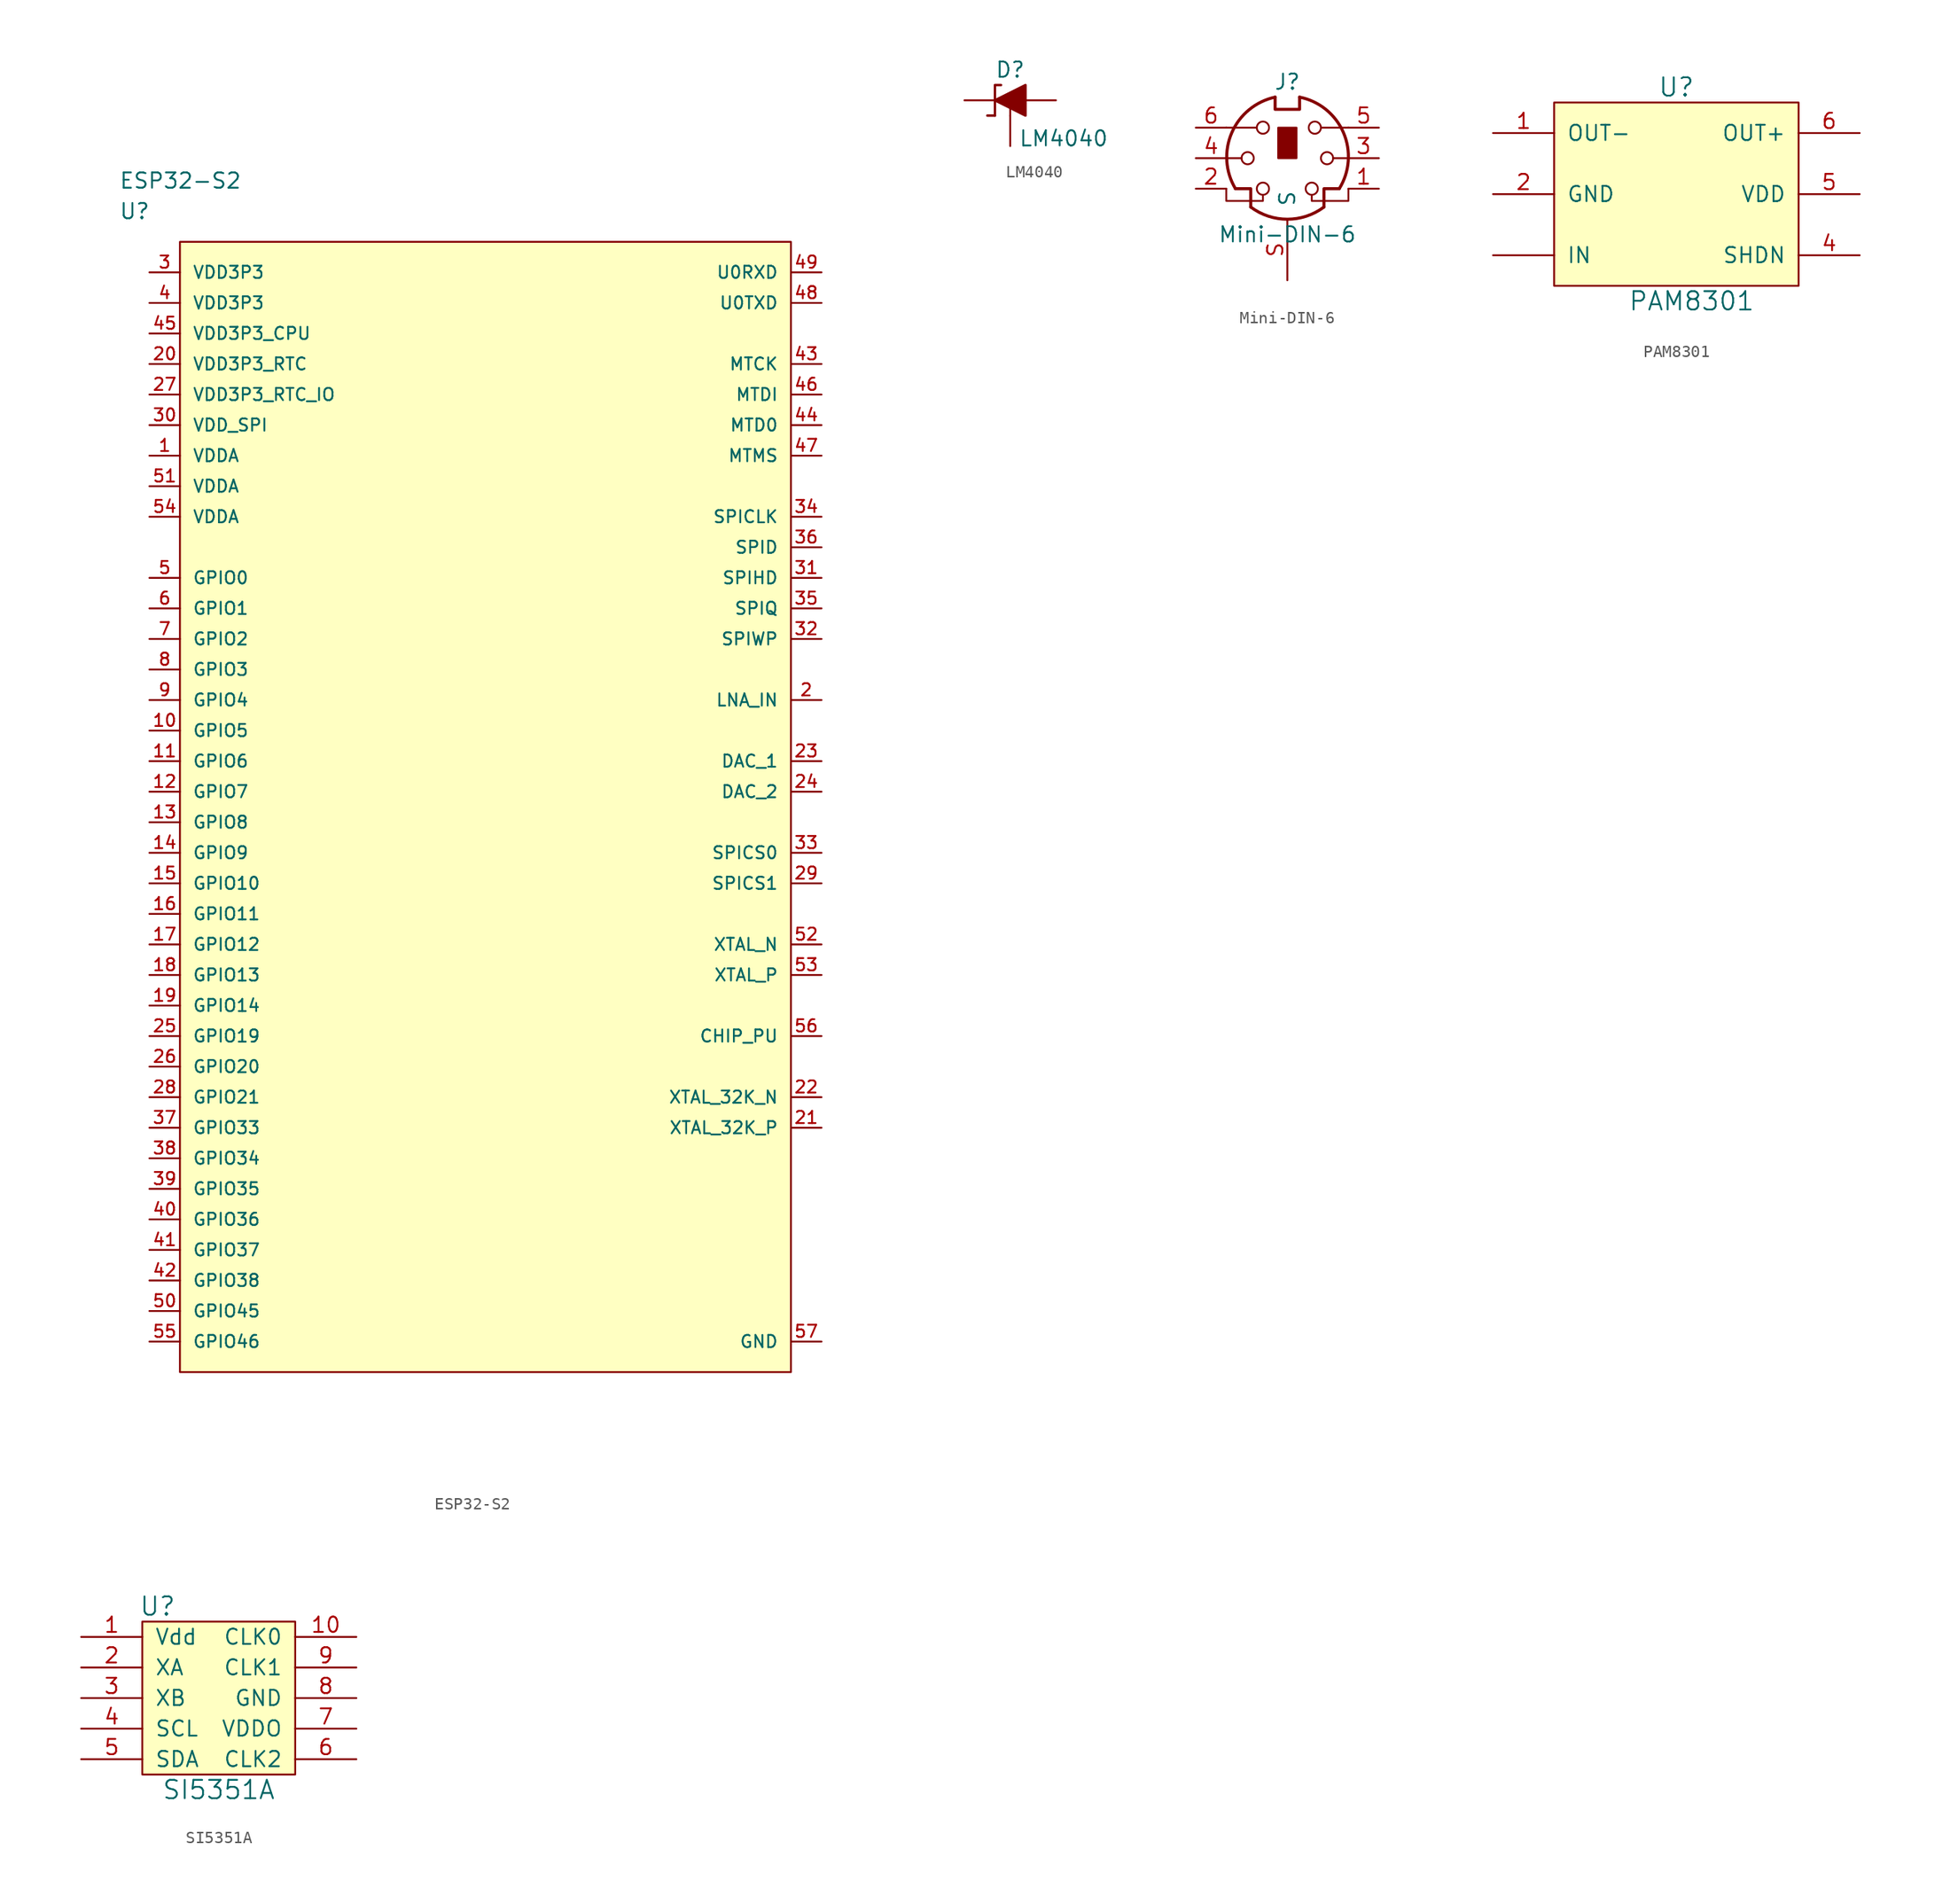
<source format=kicad_sym>
(kicad_symbol_lib
  (version 20211014)
  (generator kicad_symbol_editor)
  (symbol "ESP32-S2"
    (pin_names
      (offset 1.016))
    (property "Reference" "U"
      (at 0 5.08 0)
      (effects (font (size 1.27 1.27)) (justify left)))
    (property "Value" "ESP32-S2"
      (at 0 7.62 0)
      (effects (font (size 1.27 1.27)) (justify left)))
    (property "ki_locked" ""
      (at 0 0 0)
      (effects (font (size 1.27 1.27))))
    (symbol "ESP32-S2_1_1"
      (rectangle (start 5.08 2.54) (end 55.88 -91.44) (stroke (width 0) (type default) (color 0 0 0 0)) (fill (type background)))
      (pin power_in line (at 2.54 -15.24 0) (length 2.54) (name "VDDA" (effects (font (size 1.016 1.016)))) (number "1" (effects (font (size 1.016 1.016)))))
      (pin bidirectional line (at 2.54 -38.1 0) (length 2.54) (name "GPIO5" (effects (font (size 1.016 1.016)))) (number "10" (effects (font (size 1.016 1.016)))))
      (pin bidirectional line (at 2.54 -40.64 0) (length 2.54) (name "GPIO6" (effects (font (size 1.016 1.016)))) (number "11" (effects (font (size 1.016 1.016)))))
      (pin bidirectional line (at 2.54 -43.18 0) (length 2.54) (name "GPIO7" (effects (font (size 1.016 1.016)))) (number "12" (effects (font (size 1.016 1.016)))))
      (pin bidirectional line (at 2.54 -45.72 0) (length 2.54) (name "GPIO8" (effects (font (size 1.016 1.016)))) (number "13" (effects (font (size 1.016 1.016)))))
      (pin bidirectional line (at 2.54 -48.26 0) (length 2.54) (name "GPIO9" (effects (font (size 1.016 1.016)))) (number "14" (effects (font (size 1.016 1.016)))))
      (pin bidirectional line (at 2.54 -50.8 0) (length 2.54) (name "GPIO10" (effects (font (size 1.016 1.016)))) (number "15" (effects (font (size 1.016 1.016)))))
      (pin bidirectional line (at 2.54 -53.34 0) (length 2.54) (name "GPIO11" (effects (font (size 1.016 1.016)))) (number "16" (effects (font (size 1.016 1.016)))))
      (pin bidirectional line (at 2.54 -55.88 0) (length 2.54) (name "GPIO12" (effects (font (size 1.016 1.016)))) (number "17" (effects (font (size 1.016 1.016)))))
      (pin bidirectional line (at 2.54 -58.42 0) (length 2.54) (name "GPIO13" (effects (font (size 1.016 1.016)))) (number "18" (effects (font (size 1.016 1.016)))))
      (pin bidirectional line (at 2.54 -60.96 0) (length 2.54) (name "GPIO14" (effects (font (size 1.016 1.016)))) (number "19" (effects (font (size 1.016 1.016)))))
      (pin bidirectional line (at 58.42 -35.56 180) (length 2.54) (name "LNA_IN" (effects (font (size 1.016 1.016)))) (number "2" (effects (font (size 1.016 1.016)))))
      (pin power_in line (at 2.54 -7.62 0) (length 2.54) (name "VDD3P3_RTC" (effects (font (size 1.016 1.016)))) (number "20" (effects (font (size 1.016 1.016)))))
      (pin bidirectional line (at 58.42 -71.12 180) (length 2.54) (name "XTAL_32K_P" (effects (font (size 1.016 1.016)))) (number "21" (effects (font (size 1.016 1.016)))))
      (pin bidirectional line (at 58.42 -68.58 180) (length 2.54) (name "XTAL_32K_N" (effects (font (size 1.016 1.016)))) (number "22" (effects (font (size 1.016 1.016)))))
      (pin passive line (at 58.42 -40.64 180) (length 2.54) (name "DAC_1" (effects (font (size 1.016 1.016)))) (number "23" (effects (font (size 1.016 1.016)))))
      (pin passive line (at 58.42 -43.18 180) (length 2.54) (name "DAC_2" (effects (font (size 1.016 1.016)))) (number "24" (effects (font (size 1.016 1.016)))))
      (pin bidirectional line (at 2.54 -63.5 0) (length 2.54) (name "GPIO19" (effects (font (size 1.016 1.016)))) (number "25" (effects (font (size 1.016 1.016)))))
      (pin bidirectional line (at 2.54 -66.04 0) (length 2.54) (name "GPIO20" (effects (font (size 1.016 1.016)))) (number "26" (effects (font (size 1.016 1.016)))))
      (pin power_in line (at 2.54 -10.16 0) (length 2.54) (name "VDD3P3_RTC_IO" (effects (font (size 1.016 1.016)))) (number "27" (effects (font (size 1.016 1.016)))))
      (pin bidirectional line (at 2.54 -68.58 0) (length 2.54) (name "GPIO21" (effects (font (size 1.016 1.016)))) (number "28" (effects (font (size 1.016 1.016)))))
      (pin input line (at 58.42 -50.8 180) (length 2.54) (name "SPICS1" (effects (font (size 1.016 1.016)))) (number "29" (effects (font (size 1.016 1.016)))))
      (pin power_in line (at 2.54 0 0) (length 2.54) (name "VDD3P3" (effects (font (size 1.016 1.016)))) (number "3" (effects (font (size 1.016 1.016)))))
      (pin power_in line (at 2.54 -12.7 0) (length 2.54) (name "VDD_SPI" (effects (font (size 1.016 1.016)))) (number "30" (effects (font (size 1.016 1.016)))))
      (pin bidirectional line (at 58.42 -25.4 180) (length 2.54) (name "SPIHD" (effects (font (size 1.016 1.016)))) (number "31" (effects (font (size 1.016 1.016)))))
      (pin bidirectional line (at 58.42 -30.48 180) (length 2.54) (name "SPIWP" (effects (font (size 1.016 1.016)))) (number "32" (effects (font (size 1.016 1.016)))))
      (pin bidirectional line (at 58.42 -48.26 180) (length 2.54) (name "SPICS0" (effects (font (size 1.016 1.016)))) (number "33" (effects (font (size 1.016 1.016)))))
      (pin input line (at 58.42 -20.32 180) (length 2.54) (name "SPICLK" (effects (font (size 1.016 1.016)))) (number "34" (effects (font (size 1.016 1.016)))))
      (pin bidirectional line (at 58.42 -27.94 180) (length 2.54) (name "SPIQ" (effects (font (size 1.016 1.016)))) (number "35" (effects (font (size 1.016 1.016)))))
      (pin bidirectional line (at 58.42 -22.86 180) (length 2.54) (name "SPID" (effects (font (size 1.016 1.016)))) (number "36" (effects (font (size 1.016 1.016)))))
      (pin bidirectional line (at 2.54 -71.12 0) (length 2.54) (name "GPIO33" (effects (font (size 1.016 1.016)))) (number "37" (effects (font (size 1.016 1.016)))))
      (pin bidirectional line (at 2.54 -73.66 0) (length 2.54) (name "GPIO34" (effects (font (size 1.016 1.016)))) (number "38" (effects (font (size 1.016 1.016)))))
      (pin bidirectional line (at 2.54 -76.2 0) (length 2.54) (name "GPIO35" (effects (font (size 1.016 1.016)))) (number "39" (effects (font (size 1.016 1.016)))))
      (pin power_in line (at 2.54 -2.54 0) (length 2.54) (name "VDD3P3" (effects (font (size 1.016 1.016)))) (number "4" (effects (font (size 1.016 1.016)))))
      (pin bidirectional line (at 2.54 -78.74 0) (length 2.54) (name "GPIO36" (effects (font (size 1.016 1.016)))) (number "40" (effects (font (size 1.016 1.016)))))
      (pin bidirectional line (at 2.54 -81.28 0) (length 2.54) (name "GPIO37" (effects (font (size 1.016 1.016)))) (number "41" (effects (font (size 1.016 1.016)))))
      (pin bidirectional line (at 2.54 -83.82 0) (length 2.54) (name "GPIO38" (effects (font (size 1.016 1.016)))) (number "42" (effects (font (size 1.016 1.016)))))
      (pin input line (at 58.42 -7.62 180) (length 2.54) (name "MTCK" (effects (font (size 1.016 1.016)))) (number "43" (effects (font (size 1.016 1.016)))))
      (pin bidirectional line (at 58.42 -12.7 180) (length 2.54) (name "MTD0" (effects (font (size 1.016 1.016)))) (number "44" (effects (font (size 1.016 1.016)))))
      (pin power_in line (at 2.54 -5.08 0) (length 2.54) (name "VDD3P3_CPU" (effects (font (size 1.016 1.016)))) (number "45" (effects (font (size 1.016 1.016)))))
      (pin input line (at 58.42 -10.16 180) (length 2.54) (name "MTDI" (effects (font (size 1.016 1.016)))) (number "46" (effects (font (size 1.016 1.016)))))
      (pin input line (at 58.42 -15.24 180) (length 2.54) (name "MTMS" (effects (font (size 1.016 1.016)))) (number "47" (effects (font (size 1.016 1.016)))))
      (pin output line (at 58.42 -2.54 180) (length 2.54) (name "U0TXD" (effects (font (size 1.016 1.016)))) (number "48" (effects (font (size 1.016 1.016)))))
      (pin input line (at 58.42 0 180) (length 2.54) (name "U0RXD" (effects (font (size 1.016 1.016)))) (number "49" (effects (font (size 1.016 1.016)))))
      (pin bidirectional line (at 2.54 -25.4 0) (length 2.54) (name "GPIO0" (effects (font (size 1.016 1.016)))) (number "5" (effects (font (size 1.016 1.016)))))
      (pin bidirectional line (at 2.54 -86.36 0) (length 2.54) (name "GPIO45" (effects (font (size 1.016 1.016)))) (number "50" (effects (font (size 1.016 1.016)))))
      (pin power_in line (at 2.54 -17.78 0) (length 2.54) (name "VDDA" (effects (font (size 1.016 1.016)))) (number "51" (effects (font (size 1.016 1.016)))))
      (pin output line (at 58.42 -55.88 180) (length 2.54) (name "XTAL_N" (effects (font (size 1.016 1.016)))) (number "52" (effects (font (size 1.016 1.016)))))
      (pin input line (at 58.42 -58.42 180) (length 2.54) (name "XTAL_P" (effects (font (size 1.016 1.016)))) (number "53" (effects (font (size 1.016 1.016)))))
      (pin power_in line (at 2.54 -20.32 0) (length 2.54) (name "VDDA" (effects (font (size 1.016 1.016)))) (number "54" (effects (font (size 1.016 1.016)))))
      (pin bidirectional line (at 2.54 -88.9 0) (length 2.54) (name "GPIO46" (effects (font (size 1.016 1.016)))) (number "55" (effects (font (size 1.016 1.016)))))
      (pin input line (at 58.42 -63.5 180) (length 2.54) (name "CHIP_PU" (effects (font (size 1.016 1.016)))) (number "56" (effects (font (size 1.016 1.016)))))
      (pin power_in line (at 58.42 -88.9 180) (length 2.54) (name "GND" (effects (font (size 1.016 1.016)))) (number "57" (effects (font (size 1.016 1.016)))))
      (pin bidirectional line (at 2.54 -27.94 0) (length 2.54) (name "GPIO1" (effects (font (size 1.016 1.016)))) (number "6" (effects (font (size 1.016 1.016)))))
      (pin bidirectional line (at 2.54 -30.48 0) (length 2.54) (name "GPIO2" (effects (font (size 1.016 1.016)))) (number "7" (effects (font (size 1.016 1.016)))))
      (pin bidirectional line (at 2.54 -33.02 0) (length 2.54) (name "GPIO3" (effects (font (size 1.016 1.016)))) (number "8" (effects (font (size 1.016 1.016)))))
      (pin bidirectional line (at 2.54 -35.56 0) (length 2.54) (name "GPIO4" (effects (font (size 1.016 1.016)))) (number "9" (effects (font (size 1.016 1.016)))))))
  (symbol "LM4040"
    (pin_numbers hide)
    (pin_names
      (offset 1.016) hide)
    (property "Reference" "D"
      (at 0 2.54 0)
      (effects (font (size 1.27 1.27))))
    (property "Value" "LM4040"
      (at 4.445 -3.175 0)
      (effects (font (size 1.27 1.27))))
    (symbol "LM4040_0_1"
      (polyline (pts (xy -1.27 -1.27) (xy -1.905 -1.27)) (stroke (width 0.203) (type default) (color 0 0 0 0)) (fill (type none)))
      (polyline (pts (xy 0 -1.27) (xy 0 0)) (stroke (width 0) (type default) (color 0 0 0 0)) (fill (type none)))
      (polyline (pts (xy 1.27 0) (xy -1.27 0)) (stroke (width 0) (type default) (color 0 0 0 0)) (fill (type none)))
      (polyline (pts (xy -1.27 -1.27) (xy -1.27 1.27) (xy -0.762 1.27)) (stroke (width 0.203) (type default) (color 0 0 0 0)) (fill (type none)))
      (polyline (pts (xy 1.27 -1.27) (xy 1.27 1.27) (xy -1.27 0) (xy 1.27 -1.27)) (stroke (width 0.203) (type default) (color 0 0 0 0)) (fill (type outline))))
    (symbol "LM4040_1_1"
      (pin input line (at 0 -3.81 90) (length 2.515) (name "FB" (effects (font (size 1.27 1.27)))) (number "1" (effects (font (size 1.27 1.27)))))
      (pin passive line (at -3.81 0 0) (length 2.54) (name "K" (effects (font (size 1.27 1.27)))) (number "2" (effects (font (size 1.27 1.27)))))
      (pin passive line (at 3.81 0 180) (length 2.54) (name "A" (effects (font (size 1.27 1.27)))) (number "3" (effects (font (size 1.27 1.27)))))))
  (symbol "Mini-DIN-6"
    (pin_names
      (offset 1.016))
    (property "Reference" "J"
      (at 0 6.35 0)
      (effects (font (size 1.27 1.27))))
    (property "Value" "Mini-DIN-6"
      (at 0 -6.35 0)
      (effects (font (size 1.27 1.27))))
    (symbol "Mini-DIN-6_0_1"
      (circle (center -3.302 0) (radius 0.508) (stroke (width 0) (type default) (color 0 0 0 0)) (fill (type none)))
      (arc (start -3.048 -4.064) (mid 0 -5.08) (end 3.048 -4.064) (stroke (width 0.254) (type default) (color 0 0 0 0)) (fill (type none)))
      (circle (center -2.032 -2.54) (radius 0.508) (stroke (width 0) (type default) (color 0 0 0 0)) (fill (type none)))
      (circle (center -2.032 2.54) (radius 0.508) (stroke (width 0) (type default) (color 0 0 0 0)) (fill (type none)))
      (arc (start -1.016 5.08) (mid -4.6228 2.1214) (end -4.318 -2.54) (stroke (width 0.254) (type default) (color 0 0 0 0)) (fill (type none)))
      (rectangle (start -0.762 2.54) (end 0.762 0) (stroke (width 0) (type default) (color 0 0 0 0)) (fill (type outline)))
      (polyline (pts (xy -3.81 0) (xy -5.08 0)) (stroke (width 0) (type default) (color 0 0 0 0)) (fill (type none)))
      (polyline (pts (xy -2.54 2.54) (xy -5.08 2.54)) (stroke (width 0) (type default) (color 0 0 0 0)) (fill (type none)))
      (polyline (pts (xy 2.794 2.54) (xy 5.08 2.54)) (stroke (width 0) (type default) (color 0 0 0 0)) (fill (type none)))
      (polyline (pts (xy 5.08 0) (xy 3.81 0)) (stroke (width 0) (type default) (color 0 0 0 0)) (fill (type none)))
      (polyline (pts (xy -4.318 -2.54) (xy -3.048 -2.54) (xy -3.048 -4.064)) (stroke (width 0.254) (type default) (color 0 0 0 0)) (fill (type none)))
      (polyline (pts (xy 4.318 -2.54) (xy 3.048 -2.54) (xy 3.048 -4.064)) (stroke (width 0.254) (type default) (color 0 0 0 0)) (fill (type none)))
      (polyline (pts (xy -2.032 -3.048) (xy -2.032 -3.556) (xy -5.08 -3.556) (xy -5.08 -2.54)) (stroke (width 0) (type default) (color 0 0 0 0)) (fill (type none)))
      (polyline (pts (xy -1.016 5.08) (xy -1.016 4.064) (xy 1.016 4.064) (xy 1.016 5.08)) (stroke (width 0.254) (type default) (color 0 0 0 0)) (fill (type none)))
      (polyline (pts (xy 2.032 -3.048) (xy 2.032 -3.556) (xy 5.08 -3.556) (xy 5.08 -2.54)) (stroke (width 0) (type default) (color 0 0 0 0)) (fill (type none)))
      (circle (center 2.032 -2.54) (radius 0.508) (stroke (width 0) (type default) (color 0 0 0 0)) (fill (type none)))
      (circle (center 2.286 2.54) (radius 0.508) (stroke (width 0) (type default) (color 0 0 0 0)) (fill (type none)))
      (circle (center 3.302 0) (radius 0.508) (stroke (width 0) (type default) (color 0 0 0 0)) (fill (type none)))
      (arc (start 4.318 -2.54) (mid 4.6661 2.1322) (end 1.016 5.08) (stroke (width 0.254) (type default) (color 0 0 0 0)) (fill (type none))))
    (symbol "Mini-DIN-6_1_1"
      (pin passive line (at 7.62 -2.54 180) (length 2.54) (name "~" (effects (font (size 1.27 1.27)))) (number "1" (effects (font (size 1.27 1.27)))))
      (pin passive line (at -7.62 -2.54 0) (length 2.54) (name "~" (effects (font (size 1.27 1.27)))) (number "2" (effects (font (size 1.27 1.27)))))
      (pin passive line (at 7.62 0 180) (length 2.54) (name "~" (effects (font (size 1.27 1.27)))) (number "3" (effects (font (size 1.27 1.27)))))
      (pin passive line (at -7.62 0 0) (length 2.54) (name "~" (effects (font (size 1.27 1.27)))) (number "4" (effects (font (size 1.27 1.27)))))
      (pin passive line (at 7.62 2.54 180) (length 2.54) (name "~" (effects (font (size 1.27 1.27)))) (number "5" (effects (font (size 1.27 1.27)))))
      (pin passive line (at -7.62 2.54 0) (length 2.54) (name "~" (effects (font (size 1.27 1.27)))) (number "6" (effects (font (size 1.27 1.27)))))
      (pin passive line (at 0 -10.16 90) (length 5.08) (name "S" (effects (font (size 1.27 1.27)))) (number "S" (effects (font (size 1.27 1.27)))))))
  (symbol "PAM8301"
    (pin_names
      (offset 1.016))
    (property "Reference" "U"
      (at 0 8.89 0)
      (effects (font (size 1.524 1.524))))
    (property "Value" "PAM8301"
      (at 1.27 -8.89 0)
      (effects (font (size 1.524 1.524))))
    (symbol "PAM8301_0_1"
      (rectangle (start -10.16 7.62) (end 10.16 -7.62) (stroke (width 0) (type default) (color 0 0 0 0)) (fill (type background))))
    (symbol "PAM8301_1_1"
      (pin input line (at -15.24 5.08 0) (length 5.08) (name "OUT-" (effects (font (size 1.27 1.27)))) (number "1" (effects (font (size 1.27 1.27)))))
      (pin input line (at -15.24 0 0) (length 5.08) (name "GND" (effects (font (size 1.27 1.27)))) (number "2" (effects (font (size 1.27 1.27)))))
      (pin input line (at 15.24 -5.08 180) (length 5.08) (name "SHDN" (effects (font (size 1.27 1.27)))) (number "4" (effects (font (size 1.27 1.27)))))
      (pin input line (at 15.24 0 180) (length 5.08) (name "VDD" (effects (font (size 1.27 1.27)))) (number "5" (effects (font (size 1.27 1.27)))))
      (pin input line (at 15.24 5.08 180) (length 5.08) (name "OUT+" (effects (font (size 1.27 1.27)))) (number "6" (effects (font (size 1.27 1.27)))))
      (pin input line (at -15.24 -5.08 0) (length 5.08) (name "IN" (effects (font (size 1.27 1.27)))) (number "~" (effects (font (size 1.27 1.27)))))))
  (symbol "SI5351A"
    (pin_names
      (offset 1.016))
    (property "Reference" "U"
      (at -5.08 7.62 0)
      (effects (font (size 1.524 1.524))))
    (property "Value" "SI5351A"
      (at 0 -7.62 0)
      (effects (font (size 1.524 1.524))))
    (property "Footprint" ""
      (at 0 0 0)
      (effects (font (size 1.524 1.524))))
    (property "Datasheet" ""
      (at 0 0 0)
      (effects (font (size 1.524 1.524))))
    (symbol "SI5351A_0_1"
      (rectangle (start -6.35 6.35) (end 6.35 -6.35) (stroke (width 0) (type default) (color 0 0 0 0)) (fill (type background))))
    (symbol "SI5351A_1_1"
      (pin power_in line (at -11.43 5.08 0) (length 5.08) (name "Vdd" (effects (font (size 1.27 1.27)))) (number "1" (effects (font (size 1.27 1.27)))))
      (pin output line (at 11.43 5.08 180) (length 5.08) (name "CLK0" (effects (font (size 1.27 1.27)))) (number "10" (effects (font (size 1.27 1.27)))))
      (pin input line (at -11.43 2.54 0) (length 5.08) (name "XA" (effects (font (size 1.27 1.27)))) (number "2" (effects (font (size 1.27 1.27)))))
      (pin input line (at -11.43 0 0) (length 5.08) (name "XB" (effects (font (size 1.27 1.27)))) (number "3" (effects (font (size 1.27 1.27)))))
      (pin bidirectional line (at -11.43 -2.54 0) (length 5.08) (name "SCL" (effects (font (size 1.27 1.27)))) (number "4" (effects (font (size 1.27 1.27)))))
      (pin bidirectional line (at -11.43 -5.08 0) (length 5.08) (name "SDA" (effects (font (size 1.27 1.27)))) (number "5" (effects (font (size 1.27 1.27)))))
      (pin output line (at 11.43 -5.08 180) (length 5.08) (name "CLK2" (effects (font (size 1.27 1.27)))) (number "6" (effects (font (size 1.27 1.27)))))
      (pin power_in line (at 11.43 -2.54 180) (length 5.08) (name "VDDO" (effects (font (size 1.27 1.27)))) (number "7" (effects (font (size 1.27 1.27)))))
      (pin power_in line (at 11.43 0 180) (length 5.08) (name "GND" (effects (font (size 1.27 1.27)))) (number "8" (effects (font (size 1.27 1.27)))))
      (pin output line (at 11.43 2.54 180) (length 5.08) (name "CLK1" (effects (font (size 1.27 1.27)))) (number "9" (effects (font (size 1.27 1.27))))))))
</source>
